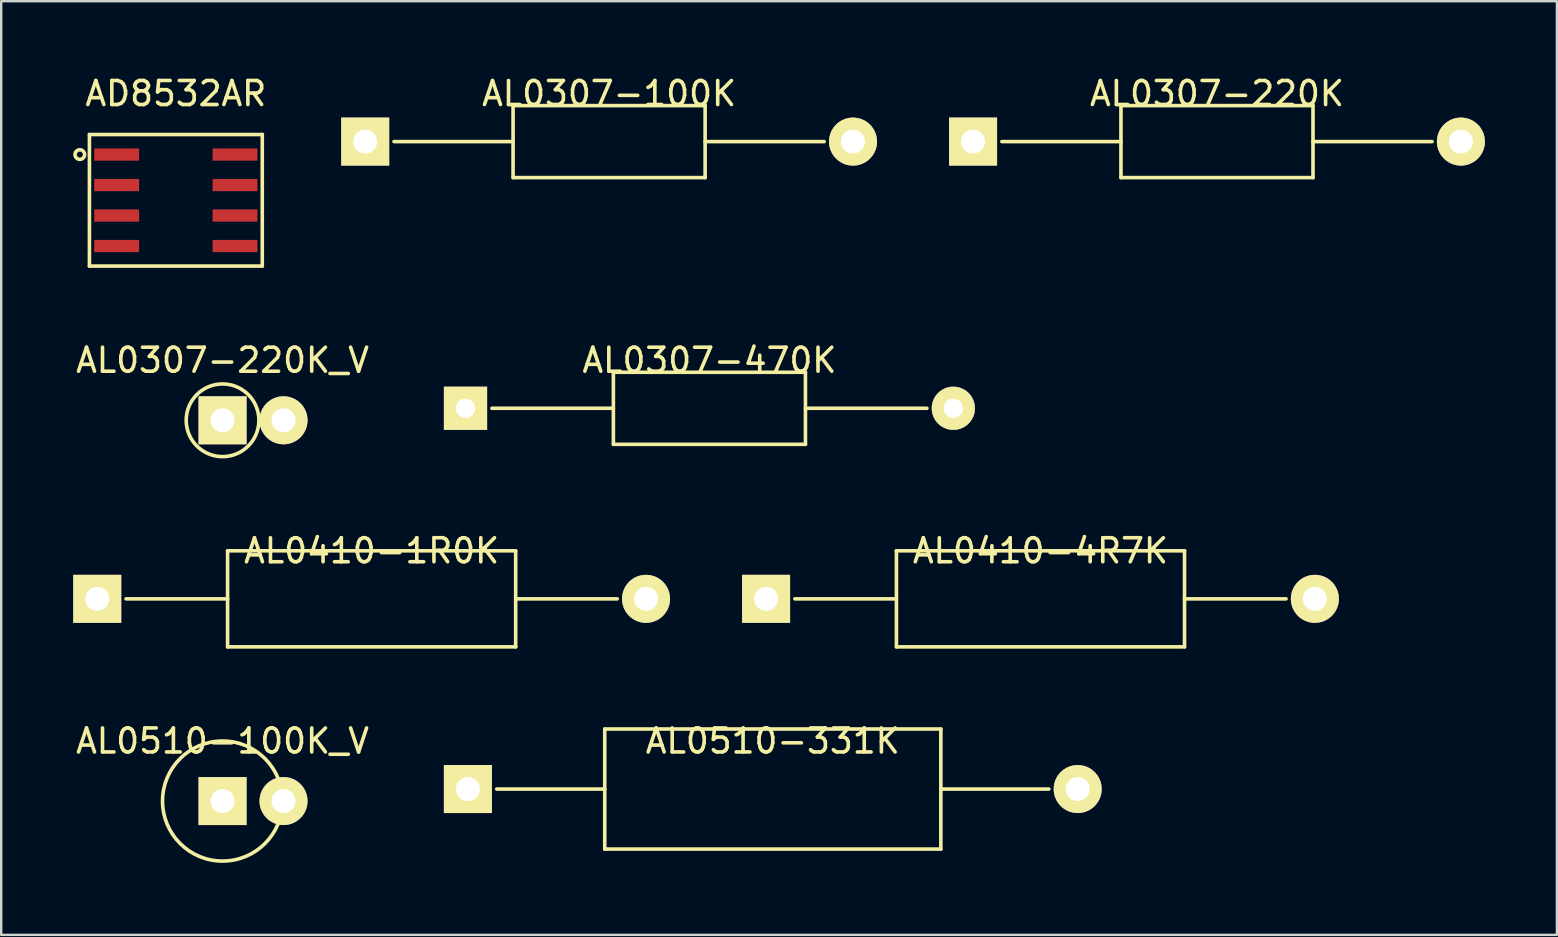
<source format=kicad_pcb>
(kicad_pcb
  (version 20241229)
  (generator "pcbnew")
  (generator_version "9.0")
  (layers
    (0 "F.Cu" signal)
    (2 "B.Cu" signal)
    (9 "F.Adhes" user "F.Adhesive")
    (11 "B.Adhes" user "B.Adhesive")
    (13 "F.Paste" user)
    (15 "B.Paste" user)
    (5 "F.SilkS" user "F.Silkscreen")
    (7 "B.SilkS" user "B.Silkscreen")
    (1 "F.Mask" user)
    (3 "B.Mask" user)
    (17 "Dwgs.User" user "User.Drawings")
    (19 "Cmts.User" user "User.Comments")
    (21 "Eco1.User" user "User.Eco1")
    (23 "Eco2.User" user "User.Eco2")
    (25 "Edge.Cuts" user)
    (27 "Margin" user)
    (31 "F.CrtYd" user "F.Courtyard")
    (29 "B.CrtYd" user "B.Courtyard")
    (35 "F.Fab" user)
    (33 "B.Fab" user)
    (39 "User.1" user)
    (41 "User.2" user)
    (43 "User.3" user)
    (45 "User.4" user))
  (footprint "AL0307-220K"
    (layer "F.Cu")
    (at 37.482 2.848)
    (property "Reference" "AL0307-220K" (at 10.16 -2 0) (layer "F.SilkS") (effects (font (size 1 1) (thickness 0.15))))
    (attr through_hole)
    (fp_line (start 1.2 0) (end 6.16 0) (stroke (width 0.15) (type solid)) (layer "F.SilkS"))
    (fp_line (start 6.16 -1.5) (end 6.16 1.5) (stroke (width 0.15) (type solid)) (layer "F.SilkS"))
    (fp_line (start 6.16 -1.5) (end 14.16 -1.5) (stroke (width 0.15) (type solid)) (layer "F.SilkS"))
    (fp_line (start 6.16 1.5) (end 14.16 1.5) (stroke (width 0.15) (type solid)) (layer "F.SilkS"))
    (fp_line (start 14.16 0) (end 19.12 0) (stroke (width 0.15) (type solid)) (layer "F.SilkS"))
    (fp_line (start 14.16 1.5) (end 14.16 -1.5) (stroke (width 0.15) (type solid)) (layer "F.SilkS"))
    (pad "1" thru_hole rect (at 0 0) (size 2 2) (drill 1) (layers "*.Cu" "*.Mask" "F.SilkS"))
    (pad "2" thru_hole circle (at 20.32 0) (size 2 2) (drill 1) (layers "*.Cu" "*.Mask" "F.SilkS")))
  (footprint "AL0307-470K"
    (layer "F.Cu")
    (at 16.34 13.957)
    (property "Reference" "AL0307-470K" (at 10.16 -2 0) (layer "F.SilkS") (effects (font (size 1 1) (thickness 0.15))))
    (attr through_hole)
    (fp_line (start 1.1 0) (end 6.16 0) (stroke (width 0.15) (type solid)) (layer "F.SilkS"))
    (fp_line (start 6.16 -1.5) (end 6.16 1.5) (stroke (width 0.15) (type solid)) (layer "F.SilkS"))
    (fp_line (start 6.16 -1.5) (end 14.16 -1.5) (stroke (width 0.15) (type solid)) (layer "F.SilkS"))
    (fp_line (start 6.16 1.5) (end 14.16 1.5) (stroke (width 0.15) (type solid)) (layer "F.SilkS"))
    (fp_line (start 14.16 0) (end 19.22 0) (stroke (width 0.15) (type solid)) (layer "F.SilkS"))
    (fp_line (start 14.16 1.5) (end 14.16 -1.5) (stroke (width 0.15) (type solid)) (layer "F.SilkS"))
    (pad "1" thru_hole rect (at 0 0) (size 1.8 1.8) (drill 0.8) (layers "*.Cu" "*.Mask" "F.SilkS"))
    (pad "2" thru_hole circle (at 20.32 0) (size 1.8 1.8) (drill 0.8) (layers "*.Cu" "*.Mask" "F.SilkS")))
  (footprint "AL0510-331K"
    (layer "F.Cu")
    (at 16.44 29.817)
    (property "Reference" "AL0510-331K" (at 12.7 -2 0) (layer "F.SilkS") (effects (font (size 1 1) (thickness 0.15))))
    (attr through_hole)
    (fp_line (start 1.2 0) (end 5.7 0) (stroke (width 0.15) (type solid)) (layer "F.SilkS"))
    (fp_line (start 5.7 -2.5) (end 5.7 2.5) (stroke (width 0.15) (type solid)) (layer "F.SilkS"))
    (fp_line (start 5.7 -2.5) (end 19.7 -2.5) (stroke (width 0.15) (type solid)) (layer "F.SilkS"))
    (fp_line (start 5.7 2.5) (end 19.7 2.5) (stroke (width 0.15) (type solid)) (layer "F.SilkS"))
    (fp_line (start 19.7 0) (end 24.2 0) (stroke (width 0.15) (type solid)) (layer "F.SilkS"))
    (fp_line (start 19.7 2.5) (end 19.7 -2.5) (stroke (width 0.15) (type solid)) (layer "F.SilkS"))
    (pad "1" thru_hole rect (at 0 0) (size 2 2) (drill 1) (layers "*.Cu" "*.Mask" "F.SilkS"))
    (pad "2" thru_hole circle (at 25.4 0) (size 2 2) (drill 1) (layers "*.Cu" "*.Mask" "F.SilkS")))
  (footprint "AL0410-1R0K"
    (layer "F.Cu")
    (at 1 21.894)
    (property "Reference" "AL0410-1R0K" (at 11.43 -2 0) (layer "F.SilkS") (effects (font (size 1 1) (thickness 0.15))))
    (attr through_hole)
    (fp_line (start 1.2 0) (end 5.43 0) (stroke (width 0.15) (type solid)) (layer "F.SilkS"))
    (fp_line (start 5.43 -2) (end 5.43 2) (stroke (width 0.15) (type solid)) (layer "F.SilkS"))
    (fp_line (start 5.43 -2) (end 17.43 -2) (stroke (width 0.15) (type solid)) (layer "F.SilkS"))
    (fp_line (start 5.43 2) (end 17.43 2) (stroke (width 0.15) (type solid)) (layer "F.SilkS"))
    (fp_line (start 17.43 0) (end 21.66 0) (stroke (width 0.15) (type solid)) (layer "F.SilkS"))
    (fp_line (start 17.43 2) (end 17.43 -2) (stroke (width 0.15) (type solid)) (layer "F.SilkS"))
    (pad "1" thru_hole rect (at 0 0) (size 2 2) (drill 1) (layers "*.Cu" "*.Mask" "F.SilkS"))
    (pad "2" thru_hole circle (at 22.86 0) (size 2 2) (drill 1) (layers "*.Cu" "*.Mask" "F.SilkS")))
  (footprint "AL0410-4R7K"
    (layer "F.Cu")
    (at 28.86 21.894)
    (property "Reference" "AL0410-4R7K" (at 11.43 -2 0) (layer "F.SilkS") (effects (font (size 1 1) (thickness 0.15))))
    (attr through_hole)
    (fp_line (start 1.2 0) (end 5.43 0) (stroke (width 0.15) (type solid)) (layer "F.SilkS"))
    (fp_line (start 5.43 -2) (end 5.43 2) (stroke (width 0.15) (type solid)) (layer "F.SilkS"))
    (fp_line (start 5.43 -2) (end 17.43 -2) (stroke (width 0.15) (type solid)) (layer "F.SilkS"))
    (fp_line (start 5.43 2) (end 17.43 2) (stroke (width 0.15) (type solid)) (layer "F.SilkS"))
    (fp_line (start 17.43 0) (end 21.66 0) (stroke (width 0.15) (type solid)) (layer "F.SilkS"))
    (fp_line (start 17.43 2) (end 17.43 -2) (stroke (width 0.15) (type solid)) (layer "F.SilkS"))
    (pad "1" thru_hole rect (at 0 0) (size 2 2) (drill 1) (layers "*.Cu" "*.Mask" "F.SilkS"))
    (pad "2" thru_hole circle (at 22.86 0) (size 2 2) (drill 1) (layers "*.Cu" "*.Mask" "F.SilkS")))
  (footprint "AL0510-100K_V"
    (layer "F.Cu")
    (at 6.22 30.317)
    (property "Reference" "AL0510-100K_V" (at 0 -2.5 0) (layer "F.SilkS") (effects (font (size 1 1) (thickness 0.15))))
    (attr through_hole)
    (fp_circle (center 0 0) (end 0 -2.5) (stroke (width 0.15) (type solid)) (fill no) (layer "F.SilkS"))
    (pad "1" thru_hole rect (at 0 0) (size 2 2) (drill 1) (layers "*.Cu" "*.Mask" "F.SilkS"))
    (pad "2" thru_hole circle (at 2.54 0) (size 2 2) (drill 1) (layers "*.Cu" "*.Mask" "F.SilkS")))
  (footprint "AD8532AR"
    (layer "F.Cu")
    (at 1.81 3.388)
    (property "Reference" "AD8532AR" (at 2.465 -2.54 0) (layer "F.SilkS") (effects (font (size 1 1) (thickness 0.15))))
    (attr through_hole)
    (fp_line (start -1.135 -0.835) (end 6.065 -0.835) (stroke (width 0.15) (type solid)) (layer "F.SilkS"))
    (fp_line (start -1.135 4.645) (end -1.135 -0.835) (stroke (width 0.15) (type solid)) (layer "F.SilkS"))
    (fp_line (start 6.065 -0.835) (end 6.065 4.645) (stroke (width 0.15) (type solid)) (layer "F.SilkS"))
    (fp_line (start 6.065 4.645) (end -1.135 4.645) (stroke (width 0.15) (type solid)) (layer "F.SilkS"))
    (fp_circle (center -1.535 0) (end -1.535 0.2) (stroke (width 0.15) (type solid)) (fill no) (layer "F.SilkS"))
    (pad "1" smd rect (at 0 0) (size 1.87 0.51) (layers "F.Cu" "F.Mask" "F.Paste"))
    (pad "2" smd rect (at 0 1.27) (size 1.87 0.51) (layers "F.Cu" "F.Mask" "F.Paste"))
    (pad "3" smd rect (at 0 2.54) (size 1.87 0.51) (layers "F.Cu" "F.Mask" "F.Paste"))
    (pad "4" smd rect (at 0 3.81) (size 1.87 0.51) (layers "F.Cu" "F.Mask" "F.Paste"))
    (pad "5" smd rect (at 4.93 3.81) (size 1.87 0.51) (layers "F.Cu" "F.Mask" "F.Paste"))
    (pad "6" smd rect (at 4.93 2.54) (size 1.87 0.51) (layers "F.Cu" "F.Mask" "F.Paste"))
    (pad "7" smd rect (at 4.93 1.27) (size 1.87 0.51) (layers "F.Cu" "F.Mask" "F.Paste"))
    (pad "8" smd rect (at 4.93 0) (size 1.87 0.51) (layers "F.Cu" "F.Mask" "F.Paste")))
  (footprint "AL0307-220K_V"
    (layer "F.Cu")
    (at 6.22 14.457)
    (property "Reference" "AL0307-220K_V" (at 0 -2.5 0) (layer "F.SilkS") (effects (font (size 1 1) (thickness 0.15))))
    (attr through_hole)
    (fp_circle (center 0 0) (end 0 -1.514) (stroke (width 0.15) (type solid)) (fill no) (layer "F.SilkS"))
    (pad "1" thru_hole rect (at 0 0) (size 2 2) (drill 1) (layers "*.Cu" "*.Mask" "F.SilkS"))
    (pad "2" thru_hole circle (at 2.54 0) (size 2 2) (drill 1) (layers "*.Cu" "*.Mask" "F.SilkS")))
  (footprint "AL0307-100K"
    (layer "F.Cu")
    (at 12.162 2.848)
    (property "Reference" "AL0307-100K" (at 10.16 -2 0) (layer "F.SilkS") (effects (font (size 1 1) (thickness 0.15))))
    (attr through_hole)
    (fp_line (start 1.2 0) (end 6.16 0) (stroke (width 0.15) (type solid)) (layer "F.SilkS"))
    (fp_line (start 6.16 -1.5) (end 6.16 1.5) (stroke (width 0.15) (type solid)) (layer "F.SilkS"))
    (fp_line (start 6.16 -1.5) (end 14.16 -1.5) (stroke (width 0.15) (type solid)) (layer "F.SilkS"))
    (fp_line (start 6.16 1.5) (end 14.16 1.5) (stroke (width 0.15) (type solid)) (layer "F.SilkS"))
    (fp_line (start 14.16 0) (end 19.12 0) (stroke (width 0.15) (type solid)) (layer "F.SilkS"))
    (fp_line (start 14.16 1.5) (end 14.16 -1.5) (stroke (width 0.15) (type solid)) (layer "F.SilkS"))
    (pad "1" thru_hole rect (at 0 0) (size 2 2) (drill 1) (layers "*.Cu" "*.Mask" "F.SilkS"))
    (pad "2" thru_hole circle (at 20.32 0) (size 2 2) (drill 1) (layers "*.Cu" "*.Mask" "F.SilkS")))
  (gr_rect
    (start -3 -3)
    (end 61.802 35.892)
    (stroke (width 0.1) (type default))
    (fill no)
    (layer "Edge.Cuts")))
</source>
